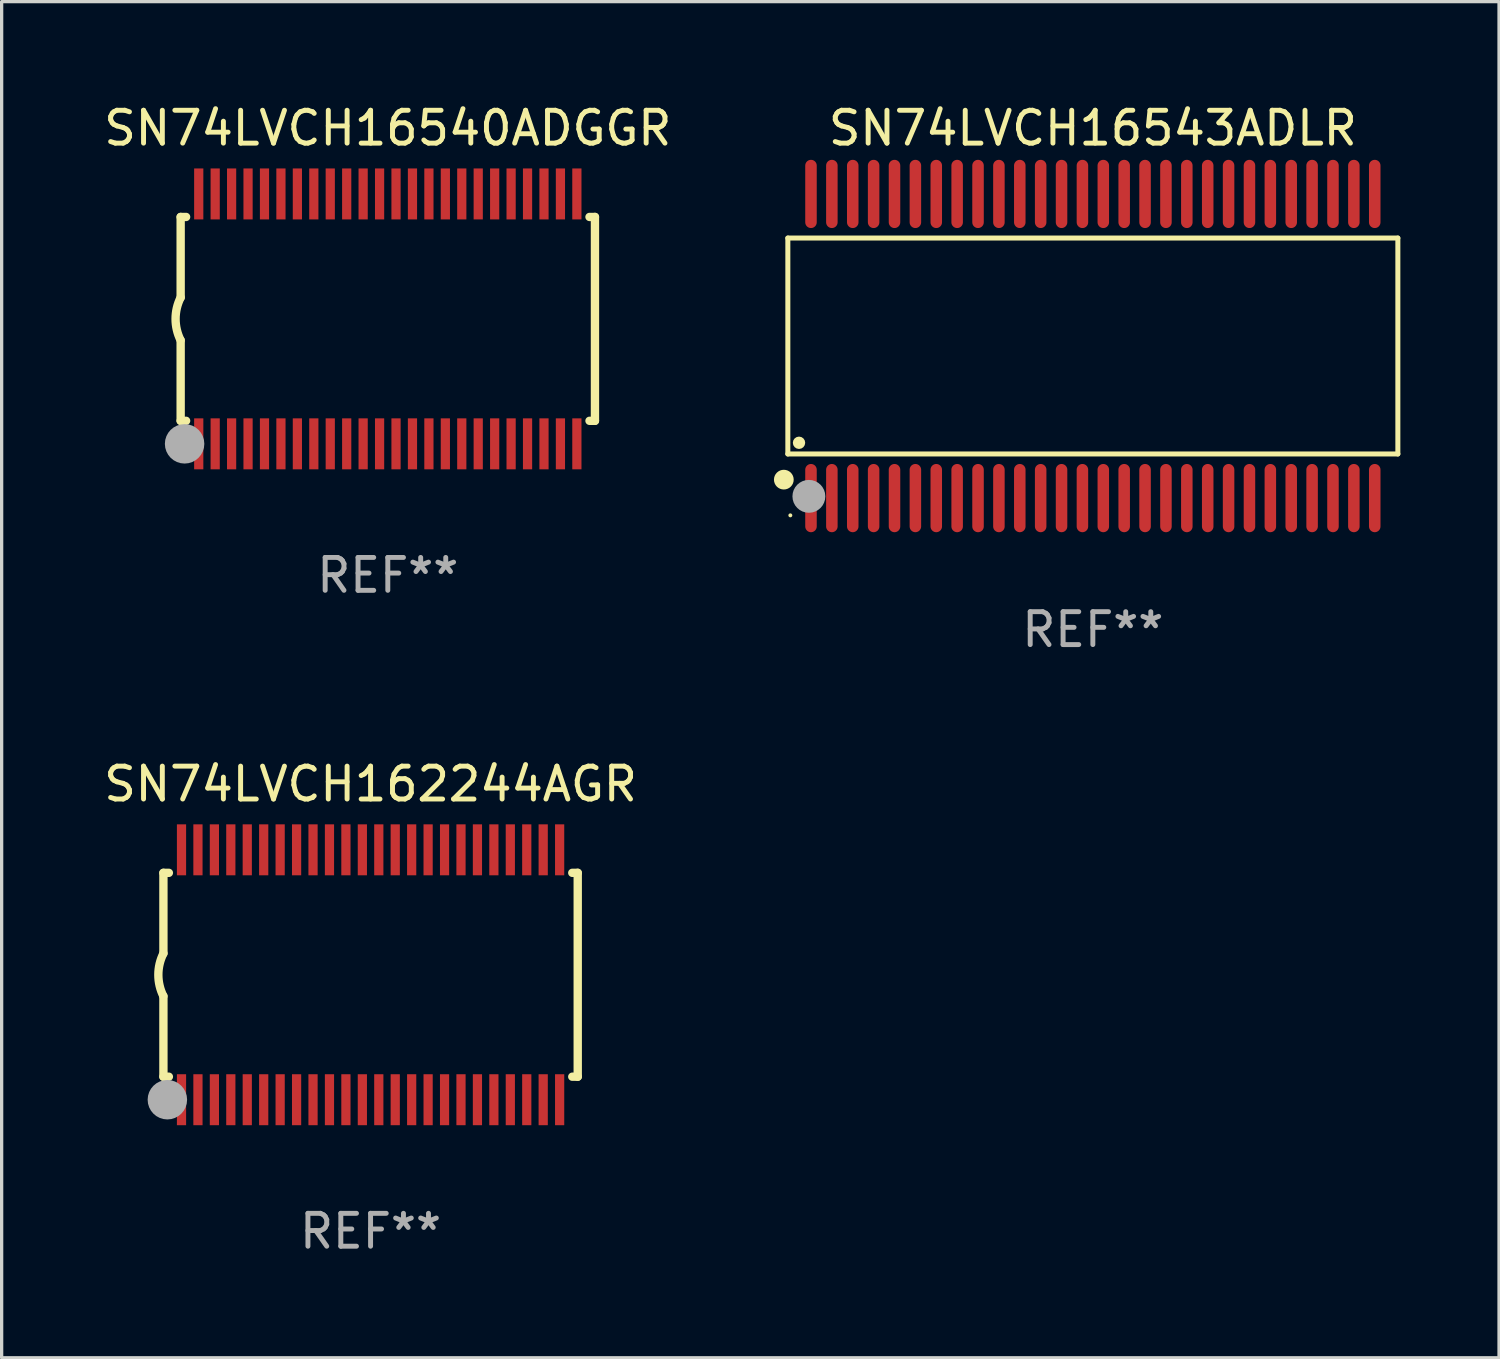
<source format=kicad_pcb>
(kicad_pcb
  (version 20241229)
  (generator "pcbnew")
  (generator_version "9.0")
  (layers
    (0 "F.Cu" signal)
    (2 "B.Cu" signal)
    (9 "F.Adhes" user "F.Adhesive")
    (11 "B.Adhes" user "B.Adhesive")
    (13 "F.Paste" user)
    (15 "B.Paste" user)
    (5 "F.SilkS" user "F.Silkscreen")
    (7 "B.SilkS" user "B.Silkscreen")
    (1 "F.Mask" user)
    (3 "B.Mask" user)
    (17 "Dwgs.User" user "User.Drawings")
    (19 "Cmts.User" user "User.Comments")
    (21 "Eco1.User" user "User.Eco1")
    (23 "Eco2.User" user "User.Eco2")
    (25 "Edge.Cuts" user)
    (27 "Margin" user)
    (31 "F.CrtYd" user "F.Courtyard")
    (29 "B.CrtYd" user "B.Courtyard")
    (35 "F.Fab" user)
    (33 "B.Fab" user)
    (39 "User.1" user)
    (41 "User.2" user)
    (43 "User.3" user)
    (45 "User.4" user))
  (footprint "SN74LVCH16543ADLR"
    (layer "F.Cu")
    (at 30.186 7.473)
    (property "Reference" "SN74LVCH16543ADLR" (at 0 -6.625 0) (layer "F.SilkS") (effects (font (size 1 1) (thickness 0.15))))
    (attr through_hole)
    (fp_line (start -9.276 -3.283) (end 9.276 -3.283) (stroke (width 0.152) (type solid)) (layer "F.SilkS"))
    (fp_line (start -9.276 3.283) (end -9.276 -3.283) (stroke (width 0.152) (type solid)) (layer "F.SilkS"))
    (fp_line (start 9.276 -3.283) (end 9.276 3.283) (stroke (width 0.152) (type solid)) (layer "F.SilkS"))
    (fp_line (start 9.276 3.283) (end -9.276 3.283) (stroke (width 0.152) (type solid)) (layer "F.SilkS"))
    (fp_circle (center -9.398 4.064) (end -9.248 4.064) (stroke (width 0.3) (type solid)) (fill no) (layer "F.SilkS"))
    (fp_circle (center -9.2 5.15) (end -9.17 5.15) (stroke (width 0.06) (type solid)) (fill no) (layer "F.SilkS"))
    (fp_circle (center -8.936 2.943) (end -8.842 2.943) (stroke (width 0.188) (type solid)) (fill no) (layer "F.SilkS"))
    (fp_circle (center -8.636 4.572) (end -8.386 4.572) (stroke (width 0.5) (type solid)) (fill no) (layer "F.Fab"))
    (fp_text user "REF**" (at 0 8.625 0) (layer "F.Fab") (effects (font (size 1 1) (thickness 0.15))))
    (pad "1" smd oval (at -8.572 4.625 90) (size 2.075 0.35) (layers "F.Cu" "F.Mask" "F.Paste"))
    (pad "2" smd oval (at -7.937 4.625 90) (size 2.075 0.35) (layers "F.Cu" "F.Mask" "F.Paste"))
    (pad "3" smd oval (at -7.302 4.625 90) (size 2.075 0.35) (layers "F.Cu" "F.Mask" "F.Paste"))
    (pad "4" smd oval (at -6.667 4.625 90) (size 2.075 0.35) (layers "F.Cu" "F.Mask" "F.Paste"))
    (pad "5" smd oval (at -6.032 4.625 90) (size 2.075 0.35) (layers "F.Cu" "F.Mask" "F.Paste"))
    (pad "6" smd oval (at -5.397 4.625 90) (size 2.075 0.35) (layers "F.Cu" "F.Mask" "F.Paste"))
    (pad "7" smd oval (at -4.762 4.625 90) (size 2.075 0.35) (layers "F.Cu" "F.Mask" "F.Paste"))
    (pad "8" smd oval (at -4.127 4.625 90) (size 2.075 0.35) (layers "F.Cu" "F.Mask" "F.Paste"))
    (pad "9" smd oval (at -3.492 4.625 90) (size 2.075 0.35) (layers "F.Cu" "F.Mask" "F.Paste"))
    (pad "10" smd oval (at -2.857 4.625 90) (size 2.075 0.35) (layers "F.Cu" "F.Mask" "F.Paste"))
    (pad "11" smd oval (at -2.222 4.625 90) (size 2.075 0.35) (layers "F.Cu" "F.Mask" "F.Paste"))
    (pad "12" smd oval (at -1.587 4.625 90) (size 2.075 0.35) (layers "F.Cu" "F.Mask" "F.Paste"))
    (pad "13" smd oval (at -0.952 4.625 90) (size 2.075 0.35) (layers "F.Cu" "F.Mask" "F.Paste"))
    (pad "14" smd oval (at -0.317 4.625 90) (size 2.075 0.35) (layers "F.Cu" "F.Mask" "F.Paste"))
    (pad "15" smd oval (at 0.318 4.625 90) (size 2.075 0.35) (layers "F.Cu" "F.Mask" "F.Paste"))
    (pad "16" smd oval (at 0.953 4.625 90) (size 2.075 0.35) (layers "F.Cu" "F.Mask" "F.Paste"))
    (pad "17" smd oval (at 1.588 4.625 90) (size 2.075 0.35) (layers "F.Cu" "F.Mask" "F.Paste"))
    (pad "18" smd oval (at 2.223 4.625 90) (size 2.075 0.35) (layers "F.Cu" "F.Mask" "F.Paste"))
    (pad "19" smd oval (at 2.858 4.625 90) (size 2.075 0.35) (layers "F.Cu" "F.Mask" "F.Paste"))
    (pad "20" smd oval (at 3.493 4.625 90) (size 2.075 0.35) (layers "F.Cu" "F.Mask" "F.Paste"))
    (pad "21" smd oval (at 4.128 4.625 90) (size 2.075 0.35) (layers "F.Cu" "F.Mask" "F.Paste"))
    (pad "22" smd oval (at 4.763 4.625 90) (size 2.075 0.35) (layers "F.Cu" "F.Mask" "F.Paste"))
    (pad "23" smd oval (at 5.398 4.625 90) (size 2.075 0.35) (layers "F.Cu" "F.Mask" "F.Paste"))
    (pad "24" smd oval (at 6.033 4.625 90) (size 2.075 0.35) (layers "F.Cu" "F.Mask" "F.Paste"))
    (pad "25" smd oval (at 6.668 4.625 90) (size 2.075 0.35) (layers "F.Cu" "F.Mask" "F.Paste"))
    (pad "26" smd oval (at 7.303 4.625 90) (size 2.075 0.35) (layers "F.Cu" "F.Mask" "F.Paste"))
    (pad "27" smd oval (at 7.938 4.625 90) (size 2.075 0.35) (layers "F.Cu" "F.Mask" "F.Paste"))
    (pad "28" smd oval (at 8.573 4.625 90) (size 2.075 0.35) (layers "F.Cu" "F.Mask" "F.Paste"))
    (pad "29" smd oval (at 8.573 -4.625 90) (size 2.075 0.35) (layers "F.Cu" "F.Mask" "F.Paste"))
    (pad "30" smd oval (at 7.938 -4.625 90) (size 2.075 0.35) (layers "F.Cu" "F.Mask" "F.Paste"))
    (pad "31" smd oval (at 7.303 -4.625 90) (size 2.075 0.35) (layers "F.Cu" "F.Mask" "F.Paste"))
    (pad "32" smd oval (at 6.668 -4.625 90) (size 2.075 0.35) (layers "F.Cu" "F.Mask" "F.Paste"))
    (pad "33" smd oval (at 6.033 -4.625 90) (size 2.075 0.35) (layers "F.Cu" "F.Mask" "F.Paste"))
    (pad "34" smd oval (at 5.398 -4.625 90) (size 2.075 0.35) (layers "F.Cu" "F.Mask" "F.Paste"))
    (pad "35" smd oval (at 4.763 -4.625 90) (size 2.075 0.35) (layers "F.Cu" "F.Mask" "F.Paste"))
    (pad "36" smd oval (at 4.128 -4.625 90) (size 2.075 0.35) (layers "F.Cu" "F.Mask" "F.Paste"))
    (pad "37" smd oval (at 3.493 -4.625 90) (size 2.075 0.35) (layers "F.Cu" "F.Mask" "F.Paste"))
    (pad "38" smd oval (at 2.858 -4.625 90) (size 2.075 0.35) (layers "F.Cu" "F.Mask" "F.Paste"))
    (pad "39" smd oval (at 2.223 -4.625 90) (size 2.075 0.35) (layers "F.Cu" "F.Mask" "F.Paste"))
    (pad "40" smd oval (at 1.588 -4.625 90) (size 2.075 0.35) (layers "F.Cu" "F.Mask" "F.Paste"))
    (pad "41" smd oval (at 0.953 -4.625 90) (size 2.075 0.35) (layers "F.Cu" "F.Mask" "F.Paste"))
    (pad "42" smd oval (at 0.318 -4.625 90) (size 2.075 0.35) (layers "F.Cu" "F.Mask" "F.Paste"))
    (pad "43" smd oval (at -0.317 -4.625 90) (size 2.075 0.35) (layers "F.Cu" "F.Mask" "F.Paste"))
    (pad "44" smd oval (at -0.952 -4.625 90) (size 2.075 0.35) (layers "F.Cu" "F.Mask" "F.Paste"))
    (pad "45" smd oval (at -1.587 -4.625 90) (size 2.075 0.35) (layers "F.Cu" "F.Mask" "F.Paste"))
    (pad "46" smd oval (at -2.222 -4.625 90) (size 2.075 0.35) (layers "F.Cu" "F.Mask" "F.Paste"))
    (pad "47" smd oval (at -2.857 -4.625 90) (size 2.075 0.35) (layers "F.Cu" "F.Mask" "F.Paste"))
    (pad "48" smd oval (at -3.492 -4.625 90) (size 2.075 0.35) (layers "F.Cu" "F.Mask" "F.Paste"))
    (pad "49" smd oval (at -4.127 -4.625 90) (size 2.075 0.35) (layers "F.Cu" "F.Mask" "F.Paste"))
    (pad "50" smd oval (at -4.762 -4.625 90) (size 2.075 0.35) (layers "F.Cu" "F.Mask" "F.Paste"))
    (pad "51" smd oval (at -5.397 -4.625 90) (size 2.075 0.35) (layers "F.Cu" "F.Mask" "F.Paste"))
    (pad "52" smd oval (at -6.032 -4.625 90) (size 2.075 0.35) (layers "F.Cu" "F.Mask" "F.Paste"))
    (pad "53" smd oval (at -6.667 -4.625 90) (size 2.075 0.35) (layers "F.Cu" "F.Mask" "F.Paste"))
    (pad "54" smd oval (at -7.302 -4.625 90) (size 2.075 0.35) (layers "F.Cu" "F.Mask" "F.Paste"))
    (pad "55" smd oval (at -7.937 -4.625 90) (size 2.075 0.35) (layers "F.Cu" "F.Mask" "F.Paste"))
    (pad "56" smd oval (at -8.572 -4.625 90) (size 2.075 0.35) (layers "F.Cu" "F.Mask" "F.Paste")))
  (footprint "SN74LVCH162244AGR"
    (layer "F.Cu")
    (at 8.22 26.595)
    (property "Reference" "SN74LVCH162244AGR" (at 0 -5.8 0) (layer "F.SilkS") (effects (font (size 1 1) (thickness 0.15))))
    (attr through_hole)
    (fp_line (start -6.3 -3.1) (end -6.3 -0.65) (stroke (width 0.254) (type solid)) (layer "F.SilkS"))
    (fp_line (start -6.3 -3.1) (end -6.134 -3.1) (stroke (width 0.254) (type solid)) (layer "F.SilkS"))
    (fp_line (start -6.3 3.1) (end -6.3 0.65) (stroke (width 0.254) (type solid)) (layer "F.SilkS"))
    (fp_line (start -6.3 3.1) (end -6.134 3.1) (stroke (width 0.254) (type solid)) (layer "F.SilkS"))
    (fp_line (start 6.134 -3.1) (end 6.3 -3.1) (stroke (width 0.254) (type solid)) (layer "F.SilkS"))
    (fp_line (start 6.134 3.1) (end 6.3 3.1) (stroke (width 0.254) (type solid)) (layer "F.SilkS"))
    (fp_line (start 6.3 -3.1) (end 6.3 3.1) (stroke (width 0.254) (type solid)) (layer "F.SilkS"))
    (fp_arc (start -6.301016 0.650114) (mid -6.45413 -0.000082) (end -6.3 -0.650038) (stroke (width 0.254001) (type solid)) (layer "F.SilkS"))
    (fp_circle (center -6.35 3.81) (end -6.223 3.81) (stroke (width 0.254) (type solid)) (fill no) (layer "F.SilkS"))
    (fp_circle (center -6.25 4.05) (end -6.22 4.05) (stroke (width 0.06) (type solid)) (fill no) (layer "F.SilkS"))
    (fp_circle (center -6.18 3.8) (end -5.88 3.8) (stroke (width 0.6) (type solid)) (fill no) (layer "F.Fab"))
    (fp_text user "REF**" (at 0 7.8 0) (layer "F.Fab") (effects (font (size 1 1) (thickness 0.15))))
    (pad "1" smd rect (at -5.75 3.8) (size 0.28 1.55) (layers "F.Cu" "F.Mask" "F.Paste"))
    (pad "2" smd rect (at -5.25 3.8) (size 0.28 1.55) (layers "F.Cu" "F.Mask" "F.Paste"))
    (pad "3" smd rect (at -4.75 3.8) (size 0.28 1.55) (layers "F.Cu" "F.Mask" "F.Paste"))
    (pad "4" smd rect (at -4.25 3.8) (size 0.28 1.55) (layers "F.Cu" "F.Mask" "F.Paste"))
    (pad "5" smd rect (at -3.75 3.8) (size 0.28 1.55) (layers "F.Cu" "F.Mask" "F.Paste"))
    (pad "6" smd rect (at -3.25 3.8) (size 0.28 1.55) (layers "F.Cu" "F.Mask" "F.Paste"))
    (pad "7" smd rect (at -2.75 3.8) (size 0.28 1.55) (layers "F.Cu" "F.Mask" "F.Paste"))
    (pad "8" smd rect (at -2.25 3.8) (size 0.28 1.55) (layers "F.Cu" "F.Mask" "F.Paste"))
    (pad "9" smd rect (at -1.75 3.8) (size 0.28 1.55) (layers "F.Cu" "F.Mask" "F.Paste"))
    (pad "10" smd rect (at -1.25 3.8) (size 0.28 1.55) (layers "F.Cu" "F.Mask" "F.Paste"))
    (pad "11" smd rect (at -0.75 3.8) (size 0.28 1.55) (layers "F.Cu" "F.Mask" "F.Paste"))
    (pad "12" smd rect (at -0.25 3.8) (size 0.28 1.55) (layers "F.Cu" "F.Mask" "F.Paste"))
    (pad "13" smd rect (at 0.25 3.8) (size 0.28 1.55) (layers "F.Cu" "F.Mask" "F.Paste"))
    (pad "14" smd rect (at 0.75 3.8) (size 0.28 1.55) (layers "F.Cu" "F.Mask" "F.Paste"))
    (pad "15" smd rect (at 1.25 3.8) (size 0.28 1.55) (layers "F.Cu" "F.Mask" "F.Paste"))
    (pad "16" smd rect (at 1.75 3.8) (size 0.28 1.55) (layers "F.Cu" "F.Mask" "F.Paste"))
    (pad "17" smd rect (at 2.25 3.8) (size 0.28 1.55) (layers "F.Cu" "F.Mask" "F.Paste"))
    (pad "18" smd rect (at 2.75 3.8) (size 0.28 1.55) (layers "F.Cu" "F.Mask" "F.Paste"))
    (pad "19" smd rect (at 3.25 3.8) (size 0.28 1.55) (layers "F.Cu" "F.Mask" "F.Paste"))
    (pad "20" smd rect (at 3.75 3.8) (size 0.28 1.55) (layers "F.Cu" "F.Mask" "F.Paste"))
    (pad "21" smd rect (at 4.25 3.8) (size 0.28 1.55) (layers "F.Cu" "F.Mask" "F.Paste"))
    (pad "22" smd rect (at 4.75 3.8) (size 0.28 1.55) (layers "F.Cu" "F.Mask" "F.Paste"))
    (pad "23" smd rect (at 5.25 3.8) (size 0.28 1.55) (layers "F.Cu" "F.Mask" "F.Paste"))
    (pad "24" smd rect (at 5.75 3.8) (size 0.28 1.55) (layers "F.Cu" "F.Mask" "F.Paste"))
    (pad "25" smd rect (at 5.75 -3.8) (size 0.28 1.55) (layers "F.Cu" "F.Mask" "F.Paste"))
    (pad "26" smd rect (at 5.25 -3.8) (size 0.28 1.55) (layers "F.Cu" "F.Mask" "F.Paste"))
    (pad "27" smd rect (at 4.75 -3.8) (size 0.28 1.55) (layers "F.Cu" "F.Mask" "F.Paste"))
    (pad "28" smd rect (at 4.25 -3.8) (size 0.28 1.55) (layers "F.Cu" "F.Mask" "F.Paste"))
    (pad "29" smd rect (at 3.75 -3.8) (size 0.28 1.55) (layers "F.Cu" "F.Mask" "F.Paste"))
    (pad "30" smd rect (at 3.25 -3.8) (size 0.28 1.55) (layers "F.Cu" "F.Mask" "F.Paste"))
    (pad "31" smd rect (at 2.75 -3.8) (size 0.28 1.55) (layers "F.Cu" "F.Mask" "F.Paste"))
    (pad "32" smd rect (at 2.25 -3.8) (size 0.28 1.55) (layers "F.Cu" "F.Mask" "F.Paste"))
    (pad "33" smd rect (at 1.75 -3.8) (size 0.28 1.55) (layers "F.Cu" "F.Mask" "F.Paste"))
    (pad "34" smd rect (at 1.25 -3.8) (size 0.28 1.55) (layers "F.Cu" "F.Mask" "F.Paste"))
    (pad "35" smd rect (at 0.75 -3.8) (size 0.28 1.55) (layers "F.Cu" "F.Mask" "F.Paste"))
    (pad "36" smd rect (at 0.25 -3.8) (size 0.28 1.55) (layers "F.Cu" "F.Mask" "F.Paste"))
    (pad "37" smd rect (at -0.25 -3.8) (size 0.28 1.55) (layers "F.Cu" "F.Mask" "F.Paste"))
    (pad "38" smd rect (at -0.75 -3.8) (size 0.28 1.55) (layers "F.Cu" "F.Mask" "F.Paste"))
    (pad "39" smd rect (at -1.25 -3.8) (size 0.28 1.55) (layers "F.Cu" "F.Mask" "F.Paste"))
    (pad "40" smd rect (at -1.75 -3.8) (size 0.28 1.55) (layers "F.Cu" "F.Mask" "F.Paste"))
    (pad "41" smd rect (at -2.25 -3.8) (size 0.28 1.55) (layers "F.Cu" "F.Mask" "F.Paste"))
    (pad "42" smd rect (at -2.75 -3.8) (size 0.28 1.55) (layers "F.Cu" "F.Mask" "F.Paste"))
    (pad "43" smd rect (at -3.25 -3.8) (size 0.28 1.55) (layers "F.Cu" "F.Mask" "F.Paste"))
    (pad "44" smd rect (at -3.75 -3.8) (size 0.28 1.55) (layers "F.Cu" "F.Mask" "F.Paste"))
    (pad "45" smd rect (at -4.25 -3.8) (size 0.28 1.55) (layers "F.Cu" "F.Mask" "F.Paste"))
    (pad "46" smd rect (at -4.75 -3.8) (size 0.28 1.55) (layers "F.Cu" "F.Mask" "F.Paste"))
    (pad "47" smd rect (at -5.25 -3.8) (size 0.28 1.55) (layers "F.Cu" "F.Mask" "F.Paste"))
    (pad "48" smd rect (at -5.75 -3.8) (size 0.28 1.55) (layers "F.Cu" "F.Mask" "F.Paste")))
  (footprint "SN74LVCH16540ADGGR"
    (layer "F.Cu")
    (at 8.744 6.648)
    (property "Reference" "SN74LVCH16540ADGGR" (at 0 -5.8 0) (layer "F.SilkS") (effects (font (size 1 1) (thickness 0.15))))
    (attr through_hole)
    (fp_line (start -6.3 -3.1) (end -6.3 -0.65) (stroke (width 0.254) (type solid)) (layer "F.SilkS"))
    (fp_line (start -6.3 -3.1) (end -6.134 -3.1) (stroke (width 0.254) (type solid)) (layer "F.SilkS"))
    (fp_line (start -6.3 3.1) (end -6.3 0.65) (stroke (width 0.254) (type solid)) (layer "F.SilkS"))
    (fp_line (start -6.3 3.1) (end -6.134 3.1) (stroke (width 0.254) (type solid)) (layer "F.SilkS"))
    (fp_line (start 6.134 -3.1) (end 6.3 -3.1) (stroke (width 0.254) (type solid)) (layer "F.SilkS"))
    (fp_line (start 6.134 3.1) (end 6.3 3.1) (stroke (width 0.254) (type solid)) (layer "F.SilkS"))
    (fp_line (start 6.3 -3.1) (end 6.3 3.1) (stroke (width 0.254) (type solid)) (layer "F.SilkS"))
    (fp_arc (start -6.301016 0.650114) (mid -6.45413 -0.000082) (end -6.3 -0.650038) (stroke (width 0.254001) (type solid)) (layer "F.SilkS"))
    (fp_circle (center -6.35 3.81) (end -6.223 3.81) (stroke (width 0.254) (type solid)) (fill no) (layer "F.SilkS"))
    (fp_circle (center -6.25 4.05) (end -6.22 4.05) (stroke (width 0.06) (type solid)) (fill no) (layer "F.SilkS"))
    (fp_circle (center -6.18 3.8) (end -5.88 3.8) (stroke (width 0.6) (type solid)) (fill no) (layer "F.Fab"))
    (fp_text user "REF**" (at 0 7.8 0) (layer "F.Fab") (effects (font (size 1 1) (thickness 0.15))))
    (pad "1" smd rect (at -5.75 3.8) (size 0.28 1.55) (layers "F.Cu" "F.Mask" "F.Paste"))
    (pad "2" smd rect (at -5.25 3.8) (size 0.28 1.55) (layers "F.Cu" "F.Mask" "F.Paste"))
    (pad "3" smd rect (at -4.75 3.8) (size 0.28 1.55) (layers "F.Cu" "F.Mask" "F.Paste"))
    (pad "4" smd rect (at -4.25 3.8) (size 0.28 1.55) (layers "F.Cu" "F.Mask" "F.Paste"))
    (pad "5" smd rect (at -3.75 3.8) (size 0.28 1.55) (layers "F.Cu" "F.Mask" "F.Paste"))
    (pad "6" smd rect (at -3.25 3.8) (size 0.28 1.55) (layers "F.Cu" "F.Mask" "F.Paste"))
    (pad "7" smd rect (at -2.75 3.8) (size 0.28 1.55) (layers "F.Cu" "F.Mask" "F.Paste"))
    (pad "8" smd rect (at -2.25 3.8) (size 0.28 1.55) (layers "F.Cu" "F.Mask" "F.Paste"))
    (pad "9" smd rect (at -1.75 3.8) (size 0.28 1.55) (layers "F.Cu" "F.Mask" "F.Paste"))
    (pad "10" smd rect (at -1.25 3.8) (size 0.28 1.55) (layers "F.Cu" "F.Mask" "F.Paste"))
    (pad "11" smd rect (at -0.75 3.8) (size 0.28 1.55) (layers "F.Cu" "F.Mask" "F.Paste"))
    (pad "12" smd rect (at -0.25 3.8) (size 0.28 1.55) (layers "F.Cu" "F.Mask" "F.Paste"))
    (pad "13" smd rect (at 0.25 3.8) (size 0.28 1.55) (layers "F.Cu" "F.Mask" "F.Paste"))
    (pad "14" smd rect (at 0.75 3.8) (size 0.28 1.55) (layers "F.Cu" "F.Mask" "F.Paste"))
    (pad "15" smd rect (at 1.25 3.8) (size 0.28 1.55) (layers "F.Cu" "F.Mask" "F.Paste"))
    (pad "16" smd rect (at 1.75 3.8) (size 0.28 1.55) (layers "F.Cu" "F.Mask" "F.Paste"))
    (pad "17" smd rect (at 2.25 3.8) (size 0.28 1.55) (layers "F.Cu" "F.Mask" "F.Paste"))
    (pad "18" smd rect (at 2.75 3.8) (size 0.28 1.55) (layers "F.Cu" "F.Mask" "F.Paste"))
    (pad "19" smd rect (at 3.25 3.8) (size 0.28 1.55) (layers "F.Cu" "F.Mask" "F.Paste"))
    (pad "20" smd rect (at 3.75 3.8) (size 0.28 1.55) (layers "F.Cu" "F.Mask" "F.Paste"))
    (pad "21" smd rect (at 4.25 3.8) (size 0.28 1.55) (layers "F.Cu" "F.Mask" "F.Paste"))
    (pad "22" smd rect (at 4.75 3.8) (size 0.28 1.55) (layers "F.Cu" "F.Mask" "F.Paste"))
    (pad "23" smd rect (at 5.25 3.8) (size 0.28 1.55) (layers "F.Cu" "F.Mask" "F.Paste"))
    (pad "24" smd rect (at 5.75 3.8) (size 0.28 1.55) (layers "F.Cu" "F.Mask" "F.Paste"))
    (pad "25" smd rect (at 5.75 -3.8) (size 0.28 1.55) (layers "F.Cu" "F.Mask" "F.Paste"))
    (pad "26" smd rect (at 5.25 -3.8) (size 0.28 1.55) (layers "F.Cu" "F.Mask" "F.Paste"))
    (pad "27" smd rect (at 4.75 -3.8) (size 0.28 1.55) (layers "F.Cu" "F.Mask" "F.Paste"))
    (pad "28" smd rect (at 4.25 -3.8) (size 0.28 1.55) (layers "F.Cu" "F.Mask" "F.Paste"))
    (pad "29" smd rect (at 3.75 -3.8) (size 0.28 1.55) (layers "F.Cu" "F.Mask" "F.Paste"))
    (pad "30" smd rect (at 3.25 -3.8) (size 0.28 1.55) (layers "F.Cu" "F.Mask" "F.Paste"))
    (pad "31" smd rect (at 2.75 -3.8) (size 0.28 1.55) (layers "F.Cu" "F.Mask" "F.Paste"))
    (pad "32" smd rect (at 2.25 -3.8) (size 0.28 1.55) (layers "F.Cu" "F.Mask" "F.Paste"))
    (pad "33" smd rect (at 1.75 -3.8) (size 0.28 1.55) (layers "F.Cu" "F.Mask" "F.Paste"))
    (pad "34" smd rect (at 1.25 -3.8) (size 0.28 1.55) (layers "F.Cu" "F.Mask" "F.Paste"))
    (pad "35" smd rect (at 0.75 -3.8) (size 0.28 1.55) (layers "F.Cu" "F.Mask" "F.Paste"))
    (pad "36" smd rect (at 0.25 -3.8) (size 0.28 1.55) (layers "F.Cu" "F.Mask" "F.Paste"))
    (pad "37" smd rect (at -0.25 -3.8) (size 0.28 1.55) (layers "F.Cu" "F.Mask" "F.Paste"))
    (pad "38" smd rect (at -0.75 -3.8) (size 0.28 1.55) (layers "F.Cu" "F.Mask" "F.Paste"))
    (pad "39" smd rect (at -1.25 -3.8) (size 0.28 1.55) (layers "F.Cu" "F.Mask" "F.Paste"))
    (pad "40" smd rect (at -1.75 -3.8) (size 0.28 1.55) (layers "F.Cu" "F.Mask" "F.Paste"))
    (pad "41" smd rect (at -2.25 -3.8) (size 0.28 1.55) (layers "F.Cu" "F.Mask" "F.Paste"))
    (pad "42" smd rect (at -2.75 -3.8) (size 0.28 1.55) (layers "F.Cu" "F.Mask" "F.Paste"))
    (pad "43" smd rect (at -3.25 -3.8) (size 0.28 1.55) (layers "F.Cu" "F.Mask" "F.Paste"))
    (pad "44" smd rect (at -3.75 -3.8) (size 0.28 1.55) (layers "F.Cu" "F.Mask" "F.Paste"))
    (pad "45" smd rect (at -4.25 -3.8) (size 0.28 1.55) (layers "F.Cu" "F.Mask" "F.Paste"))
    (pad "46" smd rect (at -4.75 -3.8) (size 0.28 1.55) (layers "F.Cu" "F.Mask" "F.Paste"))
    (pad "47" smd rect (at -5.25 -3.8) (size 0.28 1.55) (layers "F.Cu" "F.Mask" "F.Paste"))
    (pad "48" smd rect (at -5.75 -3.8) (size 0.28 1.55) (layers "F.Cu" "F.Mask" "F.Paste")))
  (gr_rect
    (start -3 -3)
    (end 42.539 38.243)
    (stroke (width 0.1) (type default))
    (fill no)
    (layer "Edge.Cuts")))
</source>
